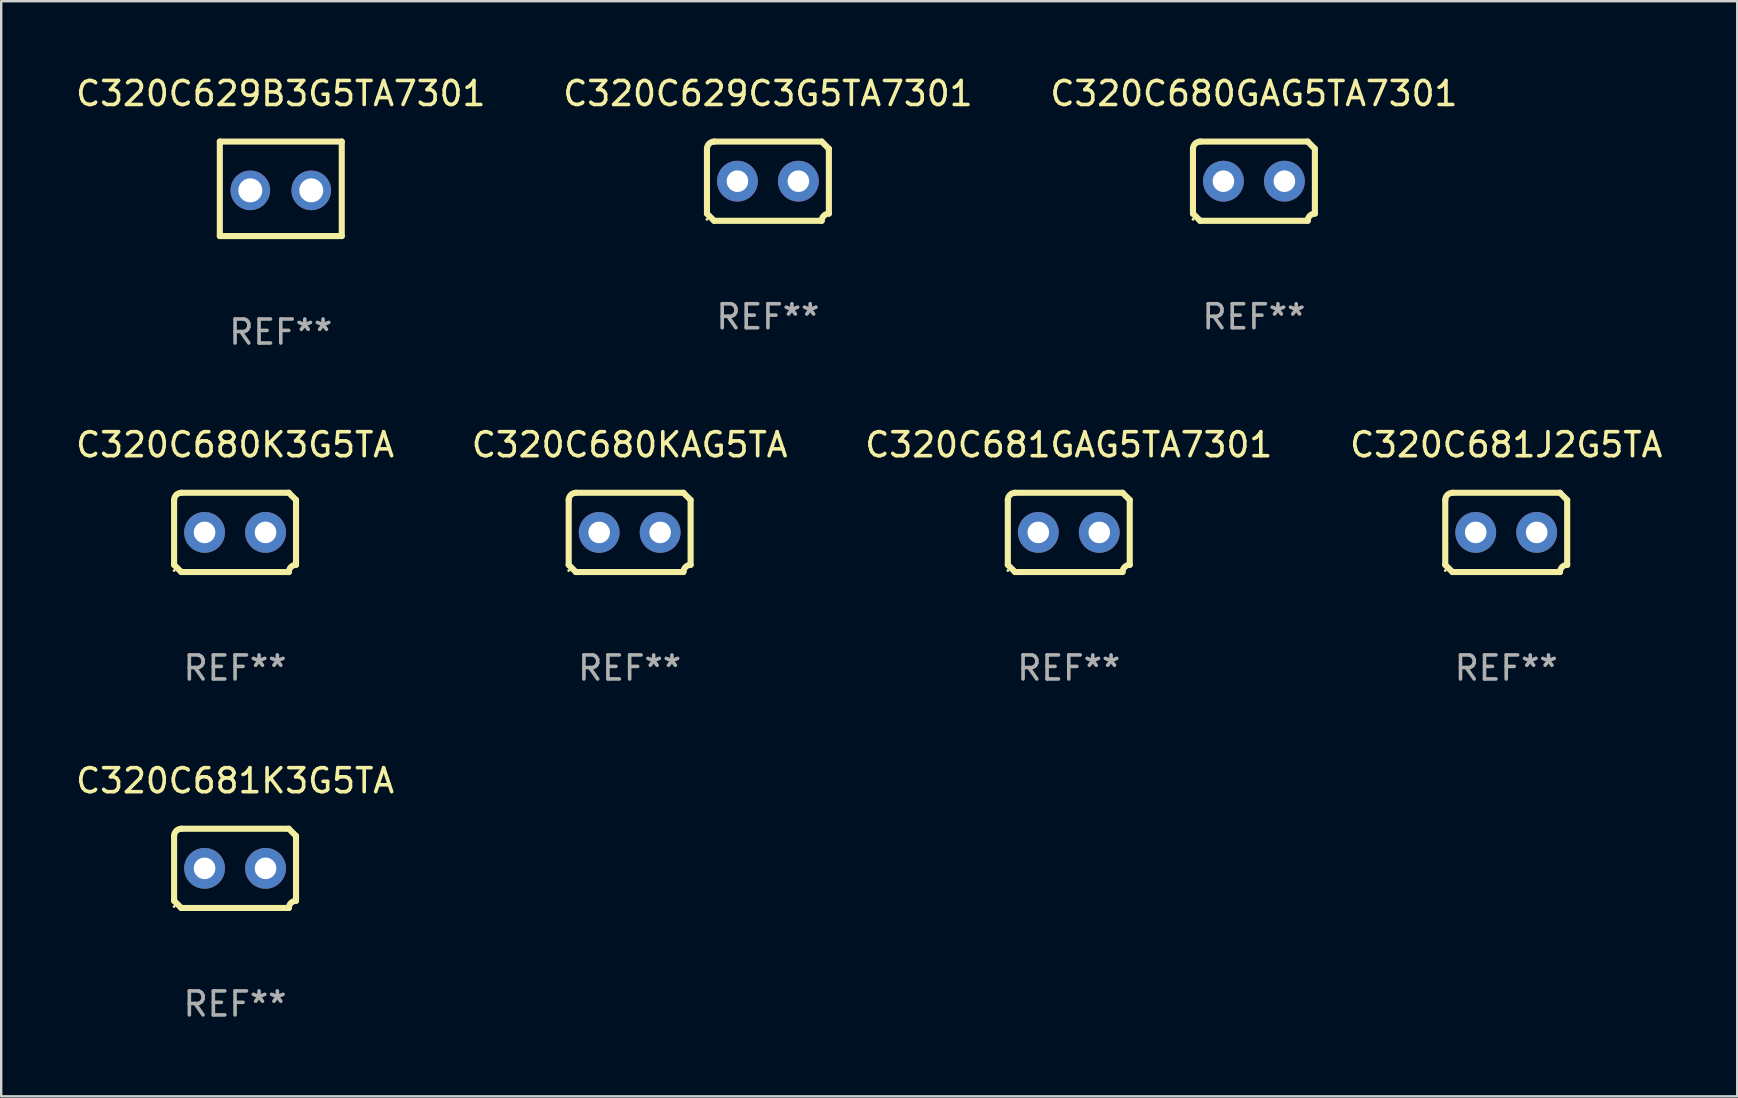
<source format=kicad_pcb>
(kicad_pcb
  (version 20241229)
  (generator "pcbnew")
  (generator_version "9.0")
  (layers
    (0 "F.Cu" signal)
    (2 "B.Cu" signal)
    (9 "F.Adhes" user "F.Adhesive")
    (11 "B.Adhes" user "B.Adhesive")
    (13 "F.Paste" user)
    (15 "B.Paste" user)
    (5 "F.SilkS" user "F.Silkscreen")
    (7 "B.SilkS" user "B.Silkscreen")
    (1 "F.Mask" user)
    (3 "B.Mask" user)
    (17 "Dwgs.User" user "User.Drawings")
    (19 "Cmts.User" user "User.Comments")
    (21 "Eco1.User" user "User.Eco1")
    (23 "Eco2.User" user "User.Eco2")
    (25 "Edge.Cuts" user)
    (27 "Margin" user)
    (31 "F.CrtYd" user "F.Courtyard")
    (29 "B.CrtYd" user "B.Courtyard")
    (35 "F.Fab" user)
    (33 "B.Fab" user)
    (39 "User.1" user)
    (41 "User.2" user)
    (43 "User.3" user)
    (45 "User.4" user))
  (footprint "C320C680K3G5TA"
    (layer "F.Cu")
    (at 6.744 19.133)
    (property "Reference" "C320C680K3G5TA" (at 0 -3.651 0) (layer "F.SilkS") (effects (font (size 1 1) (thickness 0.15))))
    (attr through_hole)
    (fp_line (start -2.54 -1.351) (end -2.54 1.351) (stroke (width 0.254) (type solid)) (layer "F.SilkS"))
    (fp_line (start -2.24 -1.651) (end 2.24 -1.651) (stroke (width 0.254) (type solid)) (layer "F.SilkS"))
    (fp_line (start 2.24 1.651) (end -2.24 1.651) (stroke (width 0.254) (type solid)) (layer "F.SilkS"))
    (fp_line (start 2.54 1.351) (end 2.54 -1.351) (stroke (width 0.254) (type solid)) (layer "F.SilkS"))
    (fp_arc (start -2.540005 -1.351283) (mid -2.450115 -1.561309) (end -2.240005 -1.651003) (stroke (width 0.254001) (type solid)) (layer "F.SilkS"))
    (fp_arc (start -2.240287 1.651001) (mid -2.390163 1.501019) (end -2.540005 1.351003) (stroke (width 0.254001) (type solid)) (layer "F.SilkS"))
    (fp_arc (start 2.240005 1.651003) (mid 2.329934 1.441015) (end 2.540005 1.351282) (stroke (width 0.254001) (type solid)) (layer "F.SilkS"))
    (fp_arc (start 2.540005 -1.351003) (mid 2.389393 -1.500252) (end 2.240284 -1.651003) (stroke (width 0.254001) (type solid)) (layer "F.SilkS"))
    (fp_circle (center -2.54 1.59) (end -2.51 1.59) (stroke (width 0.06) (type solid)) (fill no) (layer "F.SilkS"))
    (fp_text user "REF**" (at 0 5.651 0) (layer "F.Fab") (effects (font (size 1 1) (thickness 0.15))))
    (pad "1" thru_hole circle (at -1.27 0) (size 1.7 1.7) (drill 0.9) (layers "*.Cu" "*.Mask"))
    (pad "2" thru_hole circle (at 1.27 0) (size 1.7 1.7) (drill 0.9) (layers "*.Cu" "*.Mask")))
  (footprint "C320C680GAG5TA7301"
    (layer "F.Cu")
    (at 49.196 4.499)
    (property "Reference" "C320C680GAG5TA7301" (at 0 -3.651 0) (layer "F.SilkS") (effects (font (size 1 1) (thickness 0.15))))
    (attr through_hole)
    (fp_line (start -2.54 -1.351) (end -2.54 1.351) (stroke (width 0.254) (type solid)) (layer "F.SilkS"))
    (fp_line (start -2.24 -1.651) (end 2.24 -1.651) (stroke (width 0.254) (type solid)) (layer "F.SilkS"))
    (fp_line (start 2.24 1.651) (end -2.24 1.651) (stroke (width 0.254) (type solid)) (layer "F.SilkS"))
    (fp_line (start 2.54 1.351) (end 2.54 -1.351) (stroke (width 0.254) (type solid)) (layer "F.SilkS"))
    (fp_arc (start -2.540005 -1.351283) (mid -2.450115 -1.561309) (end -2.240005 -1.651003) (stroke (width 0.254001) (type solid)) (layer "F.SilkS"))
    (fp_arc (start -2.240287 1.651001) (mid -2.390163 1.501019) (end -2.540005 1.351003) (stroke (width 0.254001) (type solid)) (layer "F.SilkS"))
    (fp_arc (start 2.240005 1.651003) (mid 2.329934 1.441015) (end 2.540005 1.351282) (stroke (width 0.254001) (type solid)) (layer "F.SilkS"))
    (fp_arc (start 2.540005 -1.351003) (mid 2.389393 -1.500252) (end 2.240284 -1.651003) (stroke (width 0.254001) (type solid)) (layer "F.SilkS"))
    (fp_circle (center -2.54 1.59) (end -2.51 1.59) (stroke (width 0.06) (type solid)) (fill no) (layer "F.SilkS"))
    (fp_text user "REF**" (at 0 5.651 0) (layer "F.Fab") (effects (font (size 1 1) (thickness 0.15))))
    (pad "1" thru_hole circle (at -1.27 0) (size 1.7 1.7) (drill 0.9) (layers "*.Cu" "*.Mask"))
    (pad "2" thru_hole circle (at 1.27 0) (size 1.7 1.7) (drill 0.9) (layers "*.Cu" "*.Mask")))
  (footprint "C320C681GAG5TA7301"
    (layer "F.Cu")
    (at 41.482 19.133)
    (property "Reference" "C320C681GAG5TA7301" (at 0 -3.651 0) (layer "F.SilkS") (effects (font (size 1 1) (thickness 0.15))))
    (attr through_hole)
    (fp_line (start -2.54 -1.351) (end -2.54 1.351) (stroke (width 0.254) (type solid)) (layer "F.SilkS"))
    (fp_line (start -2.24 -1.651) (end 2.24 -1.651) (stroke (width 0.254) (type solid)) (layer "F.SilkS"))
    (fp_line (start 2.24 1.651) (end -2.24 1.651) (stroke (width 0.254) (type solid)) (layer "F.SilkS"))
    (fp_line (start 2.54 1.351) (end 2.54 -1.351) (stroke (width 0.254) (type solid)) (layer "F.SilkS"))
    (fp_arc (start -2.540005 -1.351283) (mid -2.450115 -1.561309) (end -2.240005 -1.651003) (stroke (width 0.254001) (type solid)) (layer "F.SilkS"))
    (fp_arc (start -2.240287 1.651001) (mid -2.390163 1.501019) (end -2.540005 1.351003) (stroke (width 0.254001) (type solid)) (layer "F.SilkS"))
    (fp_arc (start 2.240005 1.651003) (mid 2.329934 1.441015) (end 2.540005 1.351282) (stroke (width 0.254001) (type solid)) (layer "F.SilkS"))
    (fp_arc (start 2.540005 -1.351003) (mid 2.389393 -1.500252) (end 2.240284 -1.651003) (stroke (width 0.254001) (type solid)) (layer "F.SilkS"))
    (fp_circle (center -2.54 1.59) (end -2.51 1.59) (stroke (width 0.06) (type solid)) (fill no) (layer "F.SilkS"))
    (fp_text user "REF**" (at 0 5.651 0) (layer "F.Fab") (effects (font (size 1 1) (thickness 0.15))))
    (pad "1" thru_hole circle (at -1.27 0) (size 1.7 1.7) (drill 0.9) (layers "*.Cu" "*.Mask"))
    (pad "2" thru_hole circle (at 1.27 0) (size 1.7 1.7) (drill 0.9) (layers "*.Cu" "*.Mask")))
  (footprint "C320C629C3G5TA7301"
    (layer "F.Cu")
    (at 28.946 4.499)
    (property "Reference" "C320C629C3G5TA7301" (at 0 -3.651 0) (layer "F.SilkS") (effects (font (size 1 1) (thickness 0.15))))
    (attr through_hole)
    (fp_line (start -2.54 -1.351) (end -2.54 1.351) (stroke (width 0.254) (type solid)) (layer "F.SilkS"))
    (fp_line (start -2.24 -1.651) (end 2.24 -1.651) (stroke (width 0.254) (type solid)) (layer "F.SilkS"))
    (fp_line (start 2.24 1.651) (end -2.24 1.651) (stroke (width 0.254) (type solid)) (layer "F.SilkS"))
    (fp_line (start 2.54 1.351) (end 2.54 -1.351) (stroke (width 0.254) (type solid)) (layer "F.SilkS"))
    (fp_arc (start -2.540005 -1.351283) (mid -2.450115 -1.561309) (end -2.240005 -1.651003) (stroke (width 0.254001) (type solid)) (layer "F.SilkS"))
    (fp_arc (start -2.240287 1.651001) (mid -2.390163 1.501019) (end -2.540005 1.351003) (stroke (width 0.254001) (type solid)) (layer "F.SilkS"))
    (fp_arc (start 2.240005 1.651003) (mid 2.329934 1.441015) (end 2.540005 1.351282) (stroke (width 0.254001) (type solid)) (layer "F.SilkS"))
    (fp_arc (start 2.540005 -1.351003) (mid 2.389393 -1.500252) (end 2.240284 -1.651003) (stroke (width 0.254001) (type solid)) (layer "F.SilkS"))
    (fp_circle (center -2.54 1.59) (end -2.51 1.59) (stroke (width 0.06) (type solid)) (fill no) (layer "F.SilkS"))
    (fp_text user "REF**" (at 0 5.651 0) (layer "F.Fab") (effects (font (size 1 1) (thickness 0.15))))
    (pad "1" thru_hole circle (at -1.27 0) (size 1.7 1.7) (drill 0.9) (layers "*.Cu" "*.Mask"))
    (pad "2" thru_hole circle (at 1.27 0) (size 1.7 1.7) (drill 0.9) (layers "*.Cu" "*.Mask")))
  (footprint "C320C629B3G5TA7301"
    (layer "F.Cu")
    (at 8.649 4.817)
    (property "Reference" "C320C629B3G5TA7301" (at 0 -3.969 0) (layer "F.SilkS") (effects (font (size 1 1) (thickness 0.15))))
    (attr through_hole)
    (fp_line (start -2.54 -1.969) (end -2.54 1.969) (stroke (width 0.254) (type solid)) (layer "F.SilkS"))
    (fp_line (start -2.54 1.969) (end 2.54 1.969) (stroke (width 0.254) (type solid)) (layer "F.SilkS"))
    (fp_line (start 2.54 -1.969) (end -2.54 -1.969) (stroke (width 0.254) (type solid)) (layer "F.SilkS"))
    (fp_line (start 2.54 1.969) (end 2.54 -1.969) (stroke (width 0.254) (type solid)) (layer "F.SilkS"))
    (fp_circle (center -2.55 1.963) (end -2.52 1.963) (stroke (width 0.06) (type solid)) (fill no) (layer "F.SilkS"))
    (fp_text user "REF**" (at 0 5.969 0) (layer "F.Fab") (effects (font (size 1 1) (thickness 0.15))))
    (pad "1" thru_hole circle (at -1.27 0.064) (size 1.65 1.65) (drill 1) (layers "*.Cu" "*.Mask"))
    (pad "2" thru_hole circle (at 1.27 0.064) (size 1.65 1.65) (drill 1) (layers "*.Cu" "*.Mask")))
  (footprint "C320C681K3G5TA"
    (layer "F.Cu")
    (at 6.744 33.131)
    (property "Reference" "C320C681K3G5TA" (at 0 -3.651 0) (layer "F.SilkS") (effects (font (size 1 1) (thickness 0.15))))
    (attr through_hole)
    (fp_line (start -2.54 -1.351) (end -2.54 1.351) (stroke (width 0.254) (type solid)) (layer "F.SilkS"))
    (fp_line (start -2.24 -1.651) (end 2.24 -1.651) (stroke (width 0.254) (type solid)) (layer "F.SilkS"))
    (fp_line (start 2.24 1.651) (end -2.24 1.651) (stroke (width 0.254) (type solid)) (layer "F.SilkS"))
    (fp_line (start 2.54 1.351) (end 2.54 -1.351) (stroke (width 0.254) (type solid)) (layer "F.SilkS"))
    (fp_arc (start -2.540005 -1.351283) (mid -2.450115 -1.561309) (end -2.240005 -1.651003) (stroke (width 0.254001) (type solid)) (layer "F.SilkS"))
    (fp_arc (start -2.240287 1.651001) (mid -2.390163 1.501019) (end -2.540005 1.351003) (stroke (width 0.254001) (type solid)) (layer "F.SilkS"))
    (fp_arc (start 2.240005 1.651003) (mid 2.329934 1.441015) (end 2.540005 1.351282) (stroke (width 0.254001) (type solid)) (layer "F.SilkS"))
    (fp_arc (start 2.540005 -1.351003) (mid 2.389393 -1.500252) (end 2.240284 -1.651003) (stroke (width 0.254001) (type solid)) (layer "F.SilkS"))
    (fp_circle (center -2.54 1.59) (end -2.51 1.59) (stroke (width 0.06) (type solid)) (fill no) (layer "F.SilkS"))
    (fp_text user "REF**" (at 0 5.651 0) (layer "F.Fab") (effects (font (size 1 1) (thickness 0.15))))
    (pad "1" thru_hole circle (at -1.27 0) (size 1.7 1.7) (drill 0.9) (layers "*.Cu" "*.Mask"))
    (pad "2" thru_hole circle (at 1.27 0) (size 1.7 1.7) (drill 0.9) (layers "*.Cu" "*.Mask")))
  (footprint "C320C681J2G5TA"
    (layer "F.Cu")
    (at 59.708 19.133)
    (property "Reference" "C320C681J2G5TA" (at 0 -3.651 0) (layer "F.SilkS") (effects (font (size 1 1) (thickness 0.15))))
    (attr through_hole)
    (fp_line (start -2.54 -1.351) (end -2.54 1.351) (stroke (width 0.254) (type solid)) (layer "F.SilkS"))
    (fp_line (start -2.24 -1.651) (end 2.24 -1.651) (stroke (width 0.254) (type solid)) (layer "F.SilkS"))
    (fp_line (start 2.24 1.651) (end -2.24 1.651) (stroke (width 0.254) (type solid)) (layer "F.SilkS"))
    (fp_line (start 2.54 1.351) (end 2.54 -1.351) (stroke (width 0.254) (type solid)) (layer "F.SilkS"))
    (fp_arc (start -2.540005 -1.351283) (mid -2.450115 -1.561309) (end -2.240005 -1.651003) (stroke (width 0.254001) (type solid)) (layer "F.SilkS"))
    (fp_arc (start -2.240287 1.651001) (mid -2.390163 1.501019) (end -2.540005 1.351003) (stroke (width 0.254001) (type solid)) (layer "F.SilkS"))
    (fp_arc (start 2.240005 1.651003) (mid 2.329934 1.441015) (end 2.540005 1.351282) (stroke (width 0.254001) (type solid)) (layer "F.SilkS"))
    (fp_arc (start 2.540005 -1.351003) (mid 2.389393 -1.500252) (end 2.240284 -1.651003) (stroke (width 0.254001) (type solid)) (layer "F.SilkS"))
    (fp_circle (center -2.54 1.59) (end -2.51 1.59) (stroke (width 0.06) (type solid)) (fill no) (layer "F.SilkS"))
    (fp_text user "REF**" (at 0 5.651 0) (layer "F.Fab") (effects (font (size 1 1) (thickness 0.15))))
    (pad "1" thru_hole circle (at -1.27 0) (size 1.7 1.7) (drill 0.9) (layers "*.Cu" "*.Mask"))
    (pad "2" thru_hole circle (at 1.27 0) (size 1.7 1.7) (drill 0.9) (layers "*.Cu" "*.Mask")))
  (footprint "C320C680KAG5TA"
    (layer "F.Cu")
    (at 23.185 19.133)
    (property "Reference" "C320C680KAG5TA" (at 0 -3.651 0) (layer "F.SilkS") (effects (font (size 1 1) (thickness 0.15))))
    (attr through_hole)
    (fp_line (start -2.54 -1.351) (end -2.54 1.351) (stroke (width 0.254) (type solid)) (layer "F.SilkS"))
    (fp_line (start -2.24 -1.651) (end 2.24 -1.651) (stroke (width 0.254) (type solid)) (layer "F.SilkS"))
    (fp_line (start 2.24 1.651) (end -2.24 1.651) (stroke (width 0.254) (type solid)) (layer "F.SilkS"))
    (fp_line (start 2.54 1.351) (end 2.54 -1.351) (stroke (width 0.254) (type solid)) (layer "F.SilkS"))
    (fp_arc (start -2.540005 -1.351283) (mid -2.450115 -1.561309) (end -2.240005 -1.651003) (stroke (width 0.254001) (type solid)) (layer "F.SilkS"))
    (fp_arc (start -2.240287 1.651001) (mid -2.390163 1.501019) (end -2.540005 1.351003) (stroke (width 0.254001) (type solid)) (layer "F.SilkS"))
    (fp_arc (start 2.240005 1.651003) (mid 2.329934 1.441015) (end 2.540005 1.351282) (stroke (width 0.254001) (type solid)) (layer "F.SilkS"))
    (fp_arc (start 2.540005 -1.351003) (mid 2.389393 -1.500252) (end 2.240284 -1.651003) (stroke (width 0.254001) (type solid)) (layer "F.SilkS"))
    (fp_circle (center -2.54 1.59) (end -2.51 1.59) (stroke (width 0.06) (type solid)) (fill no) (layer "F.SilkS"))
    (fp_text user "REF**" (at 0 5.651 0) (layer "F.Fab") (effects (font (size 1 1) (thickness 0.15))))
    (pad "1" thru_hole circle (at -1.27 0) (size 1.7 1.7) (drill 0.9) (layers "*.Cu" "*.Mask"))
    (pad "2" thru_hole circle (at 1.27 0) (size 1.7 1.7) (drill 0.9) (layers "*.Cu" "*.Mask")))
  (gr_rect
    (start -3 -3)
    (end 69.333 42.631)
    (stroke (width 0.1) (type default))
    (fill no)
    (layer "Edge.Cuts")))
</source>
